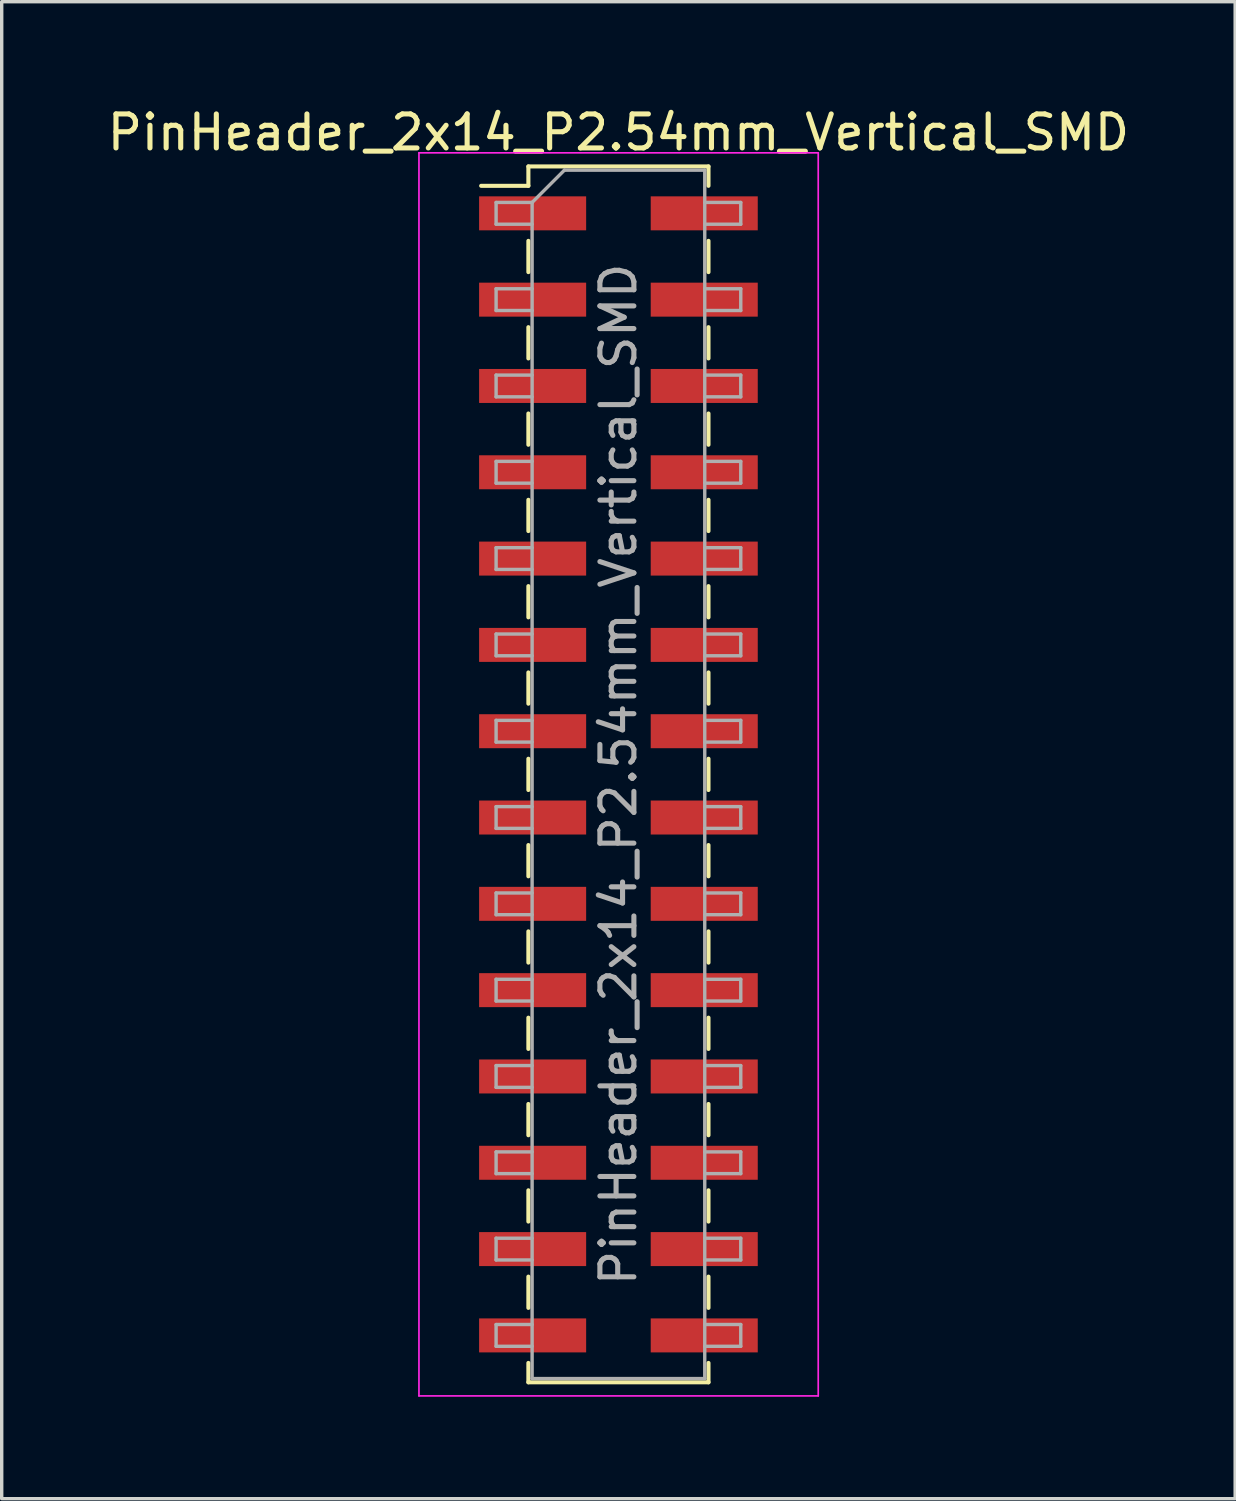
<source format=kicad_pcb>
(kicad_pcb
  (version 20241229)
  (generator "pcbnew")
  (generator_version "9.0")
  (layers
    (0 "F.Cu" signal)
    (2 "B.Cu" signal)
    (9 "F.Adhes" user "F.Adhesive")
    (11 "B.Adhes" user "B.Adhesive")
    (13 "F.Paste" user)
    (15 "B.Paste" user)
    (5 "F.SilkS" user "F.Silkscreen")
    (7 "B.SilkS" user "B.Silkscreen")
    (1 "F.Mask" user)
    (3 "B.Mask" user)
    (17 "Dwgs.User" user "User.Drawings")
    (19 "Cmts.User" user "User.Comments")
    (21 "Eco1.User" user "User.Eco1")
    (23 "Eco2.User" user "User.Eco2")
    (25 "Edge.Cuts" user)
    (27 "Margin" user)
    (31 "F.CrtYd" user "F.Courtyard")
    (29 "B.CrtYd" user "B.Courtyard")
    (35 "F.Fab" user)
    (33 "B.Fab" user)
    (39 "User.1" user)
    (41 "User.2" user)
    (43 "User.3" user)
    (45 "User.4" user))
  (footprint "PinHeader_2x14_P2.54mm_Vertical_SMD"
    (layer "F.Cu")
    (at 15.149 19.738)
    (property "Reference" "PinHeader_2x14_P2.54mm_Vertical_SMD" (at 0 -18.89 0) (layer "F.SilkS") (effects (font (size 1 1) (thickness 0.15))))
    (attr smd)
    (fp_line (start -4.04 -17.32) (end -2.65 -17.32) (stroke (width 0.12) (type solid)) (layer "F.SilkS"))
    (fp_line (start -2.65 -17.89) (end -2.65 -17.32) (stroke (width 0.12) (type solid)) (layer "F.SilkS"))
    (fp_line (start -2.65 -17.89) (end 2.65 -17.89) (stroke (width 0.12) (type solid)) (layer "F.SilkS"))
    (fp_line (start -2.65 -15.7) (end -2.65 -14.78) (stroke (width 0.12) (type solid)) (layer "F.SilkS"))
    (fp_line (start -2.65 -13.16) (end -2.65 -12.24) (stroke (width 0.12) (type solid)) (layer "F.SilkS"))
    (fp_line (start -2.65 -10.62) (end -2.65 -9.7) (stroke (width 0.12) (type solid)) (layer "F.SilkS"))
    (fp_line (start -2.65 -8.08) (end -2.65 -7.16) (stroke (width 0.12) (type solid)) (layer "F.SilkS"))
    (fp_line (start -2.65 -5.54) (end -2.65 -4.62) (stroke (width 0.12) (type solid)) (layer "F.SilkS"))
    (fp_line (start -2.65 -3) (end -2.65 -2.08) (stroke (width 0.12) (type solid)) (layer "F.SilkS"))
    (fp_line (start -2.65 -0.46) (end -2.65 0.46) (stroke (width 0.12) (type solid)) (layer "F.SilkS"))
    (fp_line (start -2.65 2.08) (end -2.65 3) (stroke (width 0.12) (type solid)) (layer "F.SilkS"))
    (fp_line (start -2.65 4.62) (end -2.65 5.54) (stroke (width 0.12) (type solid)) (layer "F.SilkS"))
    (fp_line (start -2.65 7.16) (end -2.65 8.08) (stroke (width 0.12) (type solid)) (layer "F.SilkS"))
    (fp_line (start -2.65 9.7) (end -2.65 10.62) (stroke (width 0.12) (type solid)) (layer "F.SilkS"))
    (fp_line (start -2.65 12.24) (end -2.65 13.16) (stroke (width 0.12) (type solid)) (layer "F.SilkS"))
    (fp_line (start -2.65 14.78) (end -2.65 15.7) (stroke (width 0.12) (type solid)) (layer "F.SilkS"))
    (fp_line (start -2.65 17.32) (end -2.65 17.89) (stroke (width 0.12) (type solid)) (layer "F.SilkS"))
    (fp_line (start -2.65 17.89) (end 2.65 17.89) (stroke (width 0.12) (type solid)) (layer "F.SilkS"))
    (fp_line (start 2.65 -17.89) (end 2.65 -17.32) (stroke (width 0.12) (type solid)) (layer "F.SilkS"))
    (fp_line (start 2.65 -15.7) (end 2.65 -14.78) (stroke (width 0.12) (type solid)) (layer "F.SilkS"))
    (fp_line (start 2.65 -13.16) (end 2.65 -12.24) (stroke (width 0.12) (type solid)) (layer "F.SilkS"))
    (fp_line (start 2.65 -10.62) (end 2.65 -9.7) (stroke (width 0.12) (type solid)) (layer "F.SilkS"))
    (fp_line (start 2.65 -8.08) (end 2.65 -7.16) (stroke (width 0.12) (type solid)) (layer "F.SilkS"))
    (fp_line (start 2.65 -5.54) (end 2.65 -4.62) (stroke (width 0.12) (type solid)) (layer "F.SilkS"))
    (fp_line (start 2.65 -3) (end 2.65 -2.08) (stroke (width 0.12) (type solid)) (layer "F.SilkS"))
    (fp_line (start 2.65 -0.46) (end 2.65 0.46) (stroke (width 0.12) (type solid)) (layer "F.SilkS"))
    (fp_line (start 2.65 2.08) (end 2.65 3) (stroke (width 0.12) (type solid)) (layer "F.SilkS"))
    (fp_line (start 2.65 4.62) (end 2.65 5.54) (stroke (width 0.12) (type solid)) (layer "F.SilkS"))
    (fp_line (start 2.65 7.16) (end 2.65 8.08) (stroke (width 0.12) (type solid)) (layer "F.SilkS"))
    (fp_line (start 2.65 9.7) (end 2.65 10.62) (stroke (width 0.12) (type solid)) (layer "F.SilkS"))
    (fp_line (start 2.65 12.24) (end 2.65 13.16) (stroke (width 0.12) (type solid)) (layer "F.SilkS"))
    (fp_line (start 2.65 14.78) (end 2.65 15.7) (stroke (width 0.12) (type solid)) (layer "F.SilkS"))
    (fp_line (start 2.65 17.32) (end 2.65 17.89) (stroke (width 0.12) (type solid)) (layer "F.SilkS"))
    (fp_line (start -5.87 -18.29) (end -5.87 18.29) (stroke (width 0.05) (type solid)) (layer "F.CrtYd"))
    (fp_line (start -5.87 18.29) (end 5.88 18.29) (stroke (width 0.05) (type solid)) (layer "F.CrtYd"))
    (fp_line (start 5.88 -18.29) (end -5.87 -18.29) (stroke (width 0.05) (type solid)) (layer "F.CrtYd"))
    (fp_line (start 5.88 18.29) (end 5.88 -18.29) (stroke (width 0.05) (type solid)) (layer "F.CrtYd"))
    (fp_line (start -3.6 -16.83) (end -3.6 -16.19) (stroke (width 0.1) (type solid)) (layer "F.Fab"))
    (fp_line (start -3.6 -16.19) (end -2.54 -16.19) (stroke (width 0.1) (type solid)) (layer "F.Fab"))
    (fp_line (start -3.6 -14.29) (end -3.6 -13.65) (stroke (width 0.1) (type solid)) (layer "F.Fab"))
    (fp_line (start -3.6 -13.65) (end -2.54 -13.65) (stroke (width 0.1) (type solid)) (layer "F.Fab"))
    (fp_line (start -3.6 -11.75) (end -3.6 -11.11) (stroke (width 0.1) (type solid)) (layer "F.Fab"))
    (fp_line (start -3.6 -11.11) (end -2.54 -11.11) (stroke (width 0.1) (type solid)) (layer "F.Fab"))
    (fp_line (start -3.6 -9.21) (end -3.6 -8.57) (stroke (width 0.1) (type solid)) (layer "F.Fab"))
    (fp_line (start -3.6 -8.57) (end -2.54 -8.57) (stroke (width 0.1) (type solid)) (layer "F.Fab"))
    (fp_line (start -3.6 -6.67) (end -3.6 -6.03) (stroke (width 0.1) (type solid)) (layer "F.Fab"))
    (fp_line (start -3.6 -6.03) (end -2.54 -6.03) (stroke (width 0.1) (type solid)) (layer "F.Fab"))
    (fp_line (start -3.6 -4.13) (end -3.6 -3.49) (stroke (width 0.1) (type solid)) (layer "F.Fab"))
    (fp_line (start -3.6 -3.49) (end -2.54 -3.49) (stroke (width 0.1) (type solid)) (layer "F.Fab"))
    (fp_line (start -3.6 -1.59) (end -3.6 -0.95) (stroke (width 0.1) (type solid)) (layer "F.Fab"))
    (fp_line (start -3.6 -0.95) (end -2.54 -0.95) (stroke (width 0.1) (type solid)) (layer "F.Fab"))
    (fp_line (start -3.6 0.95) (end -3.6 1.59) (stroke (width 0.1) (type solid)) (layer "F.Fab"))
    (fp_line (start -3.6 1.59) (end -2.54 1.59) (stroke (width 0.1) (type solid)) (layer "F.Fab"))
    (fp_line (start -3.6 3.49) (end -3.6 4.13) (stroke (width 0.1) (type solid)) (layer "F.Fab"))
    (fp_line (start -3.6 4.13) (end -2.54 4.13) (stroke (width 0.1) (type solid)) (layer "F.Fab"))
    (fp_line (start -3.6 6.03) (end -3.6 6.67) (stroke (width 0.1) (type solid)) (layer "F.Fab"))
    (fp_line (start -3.6 6.67) (end -2.54 6.67) (stroke (width 0.1) (type solid)) (layer "F.Fab"))
    (fp_line (start -3.6 8.57) (end -3.6 9.21) (stroke (width 0.1) (type solid)) (layer "F.Fab"))
    (fp_line (start -3.6 9.21) (end -2.54 9.21) (stroke (width 0.1) (type solid)) (layer "F.Fab"))
    (fp_line (start -3.6 11.11) (end -3.6 11.75) (stroke (width 0.1) (type solid)) (layer "F.Fab"))
    (fp_line (start -3.6 11.75) (end -2.54 11.75) (stroke (width 0.1) (type solid)) (layer "F.Fab"))
    (fp_line (start -3.6 13.65) (end -3.6 14.29) (stroke (width 0.1) (type solid)) (layer "F.Fab"))
    (fp_line (start -3.6 14.29) (end -2.54 14.29) (stroke (width 0.1) (type solid)) (layer "F.Fab"))
    (fp_line (start -3.6 16.19) (end -3.6 16.83) (stroke (width 0.1) (type solid)) (layer "F.Fab"))
    (fp_line (start -3.6 16.83) (end -2.54 16.83) (stroke (width 0.1) (type solid)) (layer "F.Fab"))
    (fp_line (start -2.54 -16.83) (end -3.6 -16.83) (stroke (width 0.1) (type solid)) (layer "F.Fab"))
    (fp_line (start -2.54 -16.83) (end -1.59 -17.78) (stroke (width 0.1) (type solid)) (layer "F.Fab"))
    (fp_line (start -2.54 -14.29) (end -3.6 -14.29) (stroke (width 0.1) (type solid)) (layer "F.Fab"))
    (fp_line (start -2.54 -11.75) (end -3.6 -11.75) (stroke (width 0.1) (type solid)) (layer "F.Fab"))
    (fp_line (start -2.54 -9.21) (end -3.6 -9.21) (stroke (width 0.1) (type solid)) (layer "F.Fab"))
    (fp_line (start -2.54 -6.67) (end -3.6 -6.67) (stroke (width 0.1) (type solid)) (layer "F.Fab"))
    (fp_line (start -2.54 -4.13) (end -3.6 -4.13) (stroke (width 0.1) (type solid)) (layer "F.Fab"))
    (fp_line (start -2.54 -1.59) (end -3.6 -1.59) (stroke (width 0.1) (type solid)) (layer "F.Fab"))
    (fp_line (start -2.54 0.95) (end -3.6 0.95) (stroke (width 0.1) (type solid)) (layer "F.Fab"))
    (fp_line (start -2.54 3.49) (end -3.6 3.49) (stroke (width 0.1) (type solid)) (layer "F.Fab"))
    (fp_line (start -2.54 6.03) (end -3.6 6.03) (stroke (width 0.1) (type solid)) (layer "F.Fab"))
    (fp_line (start -2.54 8.57) (end -3.6 8.57) (stroke (width 0.1) (type solid)) (layer "F.Fab"))
    (fp_line (start -2.54 11.11) (end -3.6 11.11) (stroke (width 0.1) (type solid)) (layer "F.Fab"))
    (fp_line (start -2.54 13.65) (end -3.6 13.65) (stroke (width 0.1) (type solid)) (layer "F.Fab"))
    (fp_line (start -2.54 16.19) (end -3.6 16.19) (stroke (width 0.1) (type solid)) (layer "F.Fab"))
    (fp_line (start -2.54 17.78) (end -2.54 -16.83) (stroke (width 0.1) (type solid)) (layer "F.Fab"))
    (fp_line (start -1.59 -17.78) (end 2.54 -17.78) (stroke (width 0.1) (type solid)) (layer "F.Fab"))
    (fp_line (start 2.54 -17.78) (end 2.54 17.78) (stroke (width 0.1) (type solid)) (layer "F.Fab"))
    (fp_line (start 2.54 -16.83) (end 3.6 -16.83) (stroke (width 0.1) (type solid)) (layer "F.Fab"))
    (fp_line (start 2.54 -14.29) (end 3.6 -14.29) (stroke (width 0.1) (type solid)) (layer "F.Fab"))
    (fp_line (start 2.54 -11.75) (end 3.6 -11.75) (stroke (width 0.1) (type solid)) (layer "F.Fab"))
    (fp_line (start 2.54 -9.21) (end 3.6 -9.21) (stroke (width 0.1) (type solid)) (layer "F.Fab"))
    (fp_line (start 2.54 -6.67) (end 3.6 -6.67) (stroke (width 0.1) (type solid)) (layer "F.Fab"))
    (fp_line (start 2.54 -4.13) (end 3.6 -4.13) (stroke (width 0.1) (type solid)) (layer "F.Fab"))
    (fp_line (start 2.54 -1.59) (end 3.6 -1.59) (stroke (width 0.1) (type solid)) (layer "F.Fab"))
    (fp_line (start 2.54 0.95) (end 3.6 0.95) (stroke (width 0.1) (type solid)) (layer "F.Fab"))
    (fp_line (start 2.54 3.49) (end 3.6 3.49) (stroke (width 0.1) (type solid)) (layer "F.Fab"))
    (fp_line (start 2.54 6.03) (end 3.6 6.03) (stroke (width 0.1) (type solid)) (layer "F.Fab"))
    (fp_line (start 2.54 8.57) (end 3.6 8.57) (stroke (width 0.1) (type solid)) (layer "F.Fab"))
    (fp_line (start 2.54 11.11) (end 3.6 11.11) (stroke (width 0.1) (type solid)) (layer "F.Fab"))
    (fp_line (start 2.54 13.65) (end 3.6 13.65) (stroke (width 0.1) (type solid)) (layer "F.Fab"))
    (fp_line (start 2.54 16.19) (end 3.6 16.19) (stroke (width 0.1) (type solid)) (layer "F.Fab"))
    (fp_line (start 2.54 17.78) (end -2.54 17.78) (stroke (width 0.1) (type solid)) (layer "F.Fab"))
    (fp_line (start 3.6 -16.83) (end 3.6 -16.19) (stroke (width 0.1) (type solid)) (layer "F.Fab"))
    (fp_line (start 3.6 -16.19) (end 2.54 -16.19) (stroke (width 0.1) (type solid)) (layer "F.Fab"))
    (fp_line (start 3.6 -14.29) (end 3.6 -13.65) (stroke (width 0.1) (type solid)) (layer "F.Fab"))
    (fp_line (start 3.6 -13.65) (end 2.54 -13.65) (stroke (width 0.1) (type solid)) (layer "F.Fab"))
    (fp_line (start 3.6 -11.75) (end 3.6 -11.11) (stroke (width 0.1) (type solid)) (layer "F.Fab"))
    (fp_line (start 3.6 -11.11) (end 2.54 -11.11) (stroke (width 0.1) (type solid)) (layer "F.Fab"))
    (fp_line (start 3.6 -9.21) (end 3.6 -8.57) (stroke (width 0.1) (type solid)) (layer "F.Fab"))
    (fp_line (start 3.6 -8.57) (end 2.54 -8.57) (stroke (width 0.1) (type solid)) (layer "F.Fab"))
    (fp_line (start 3.6 -6.67) (end 3.6 -6.03) (stroke (width 0.1) (type solid)) (layer "F.Fab"))
    (fp_line (start 3.6 -6.03) (end 2.54 -6.03) (stroke (width 0.1) (type solid)) (layer "F.Fab"))
    (fp_line (start 3.6 -4.13) (end 3.6 -3.49) (stroke (width 0.1) (type solid)) (layer "F.Fab"))
    (fp_line (start 3.6 -3.49) (end 2.54 -3.49) (stroke (width 0.1) (type solid)) (layer "F.Fab"))
    (fp_line (start 3.6 -1.59) (end 3.6 -0.95) (stroke (width 0.1) (type solid)) (layer "F.Fab"))
    (fp_line (start 3.6 -0.95) (end 2.54 -0.95) (stroke (width 0.1) (type solid)) (layer "F.Fab"))
    (fp_line (start 3.6 0.95) (end 3.6 1.59) (stroke (width 0.1) (type solid)) (layer "F.Fab"))
    (fp_line (start 3.6 1.59) (end 2.54 1.59) (stroke (width 0.1) (type solid)) (layer "F.Fab"))
    (fp_line (start 3.6 3.49) (end 3.6 4.13) (stroke (width 0.1) (type solid)) (layer "F.Fab"))
    (fp_line (start 3.6 4.13) (end 2.54 4.13) (stroke (width 0.1) (type solid)) (layer "F.Fab"))
    (fp_line (start 3.6 6.03) (end 3.6 6.67) (stroke (width 0.1) (type solid)) (layer "F.Fab"))
    (fp_line (start 3.6 6.67) (end 2.54 6.67) (stroke (width 0.1) (type solid)) (layer "F.Fab"))
    (fp_line (start 3.6 8.57) (end 3.6 9.21) (stroke (width 0.1) (type solid)) (layer "F.Fab"))
    (fp_line (start 3.6 9.21) (end 2.54 9.21) (stroke (width 0.1) (type solid)) (layer "F.Fab"))
    (fp_line (start 3.6 11.11) (end 3.6 11.75) (stroke (width 0.1) (type solid)) (layer "F.Fab"))
    (fp_line (start 3.6 11.75) (end 2.54 11.75) (stroke (width 0.1) (type solid)) (layer "F.Fab"))
    (fp_line (start 3.6 13.65) (end 3.6 14.29) (stroke (width 0.1) (type solid)) (layer "F.Fab"))
    (fp_line (start 3.6 14.29) (end 2.54 14.29) (stroke (width 0.1) (type solid)) (layer "F.Fab"))
    (fp_line (start 3.6 16.19) (end 3.6 16.83) (stroke (width 0.1) (type solid)) (layer "F.Fab"))
    (fp_line (start 3.6 16.83) (end 2.54 16.83) (stroke (width 0.1) (type solid)) (layer "F.Fab"))
    (fp_text user "${REFERENCE}" (at 0 0 90) (layer "F.Fab") (effects (font (size 1 1) (thickness 0.15))))
    (pad "1" smd rect (at -2.525 -16.51) (size 3.15 1) (layers "F.Cu" "F.Mask" "F.Paste"))
    (pad "2" smd rect (at 2.525 -16.51) (size 3.15 1) (layers "F.Cu" "F.Mask" "F.Paste"))
    (pad "3" smd rect (at -2.525 -13.97) (size 3.15 1) (layers "F.Cu" "F.Mask" "F.Paste"))
    (pad "4" smd rect (at 2.525 -13.97) (size 3.15 1) (layers "F.Cu" "F.Mask" "F.Paste"))
    (pad "5" smd rect (at -2.525 -11.43) (size 3.15 1) (layers "F.Cu" "F.Mask" "F.Paste"))
    (pad "6" smd rect (at 2.525 -11.43) (size 3.15 1) (layers "F.Cu" "F.Mask" "F.Paste"))
    (pad "7" smd rect (at -2.525 -8.89) (size 3.15 1) (layers "F.Cu" "F.Mask" "F.Paste"))
    (pad "8" smd rect (at 2.525 -8.89) (size 3.15 1) (layers "F.Cu" "F.Mask" "F.Paste"))
    (pad "9" smd rect (at -2.525 -6.35) (size 3.15 1) (layers "F.Cu" "F.Mask" "F.Paste"))
    (pad "10" smd rect (at 2.525 -6.35) (size 3.15 1) (layers "F.Cu" "F.Mask" "F.Paste"))
    (pad "11" smd rect (at -2.525 -3.81) (size 3.15 1) (layers "F.Cu" "F.Mask" "F.Paste"))
    (pad "12" smd rect (at 2.525 -3.81) (size 3.15 1) (layers "F.Cu" "F.Mask" "F.Paste"))
    (pad "13" smd rect (at -2.525 -1.27) (size 3.15 1) (layers "F.Cu" "F.Mask" "F.Paste"))
    (pad "14" smd rect (at 2.525 -1.27) (size 3.15 1) (layers "F.Cu" "F.Mask" "F.Paste"))
    (pad "15" smd rect (at -2.525 1.27) (size 3.15 1) (layers "F.Cu" "F.Mask" "F.Paste"))
    (pad "16" smd rect (at 2.525 1.27) (size 3.15 1) (layers "F.Cu" "F.Mask" "F.Paste"))
    (pad "17" smd rect (at -2.525 3.81) (size 3.15 1) (layers "F.Cu" "F.Mask" "F.Paste"))
    (pad "18" smd rect (at 2.525 3.81) (size 3.15 1) (layers "F.Cu" "F.Mask" "F.Paste"))
    (pad "19" smd rect (at -2.525 6.35) (size 3.15 1) (layers "F.Cu" "F.Mask" "F.Paste"))
    (pad "20" smd rect (at 2.525 6.35) (size 3.15 1) (layers "F.Cu" "F.Mask" "F.Paste"))
    (pad "21" smd rect (at -2.525 8.89) (size 3.15 1) (layers "F.Cu" "F.Mask" "F.Paste"))
    (pad "22" smd rect (at 2.525 8.89) (size 3.15 1) (layers "F.Cu" "F.Mask" "F.Paste"))
    (pad "23" smd rect (at -2.525 11.43) (size 3.15 1) (layers "F.Cu" "F.Mask" "F.Paste"))
    (pad "24" smd rect (at 2.525 11.43) (size 3.15 1) (layers "F.Cu" "F.Mask" "F.Paste"))
    (pad "25" smd rect (at -2.525 13.97) (size 3.15 1) (layers "F.Cu" "F.Mask" "F.Paste"))
    (pad "26" smd rect (at 2.525 13.97) (size 3.15 1) (layers "F.Cu" "F.Mask" "F.Paste"))
    (pad "27" smd rect (at -2.525 16.51) (size 3.15 1) (layers "F.Cu" "F.Mask" "F.Paste"))
    (pad "28" smd rect (at 2.525 16.51) (size 3.15 1) (layers "F.Cu" "F.Mask" "F.Paste")))
  (gr_rect
    (start -3 -3)
    (end 33.298 41.053)
    (stroke (width 0.1) (type default))
    (fill no)
    (layer "Edge.Cuts")))
</source>
